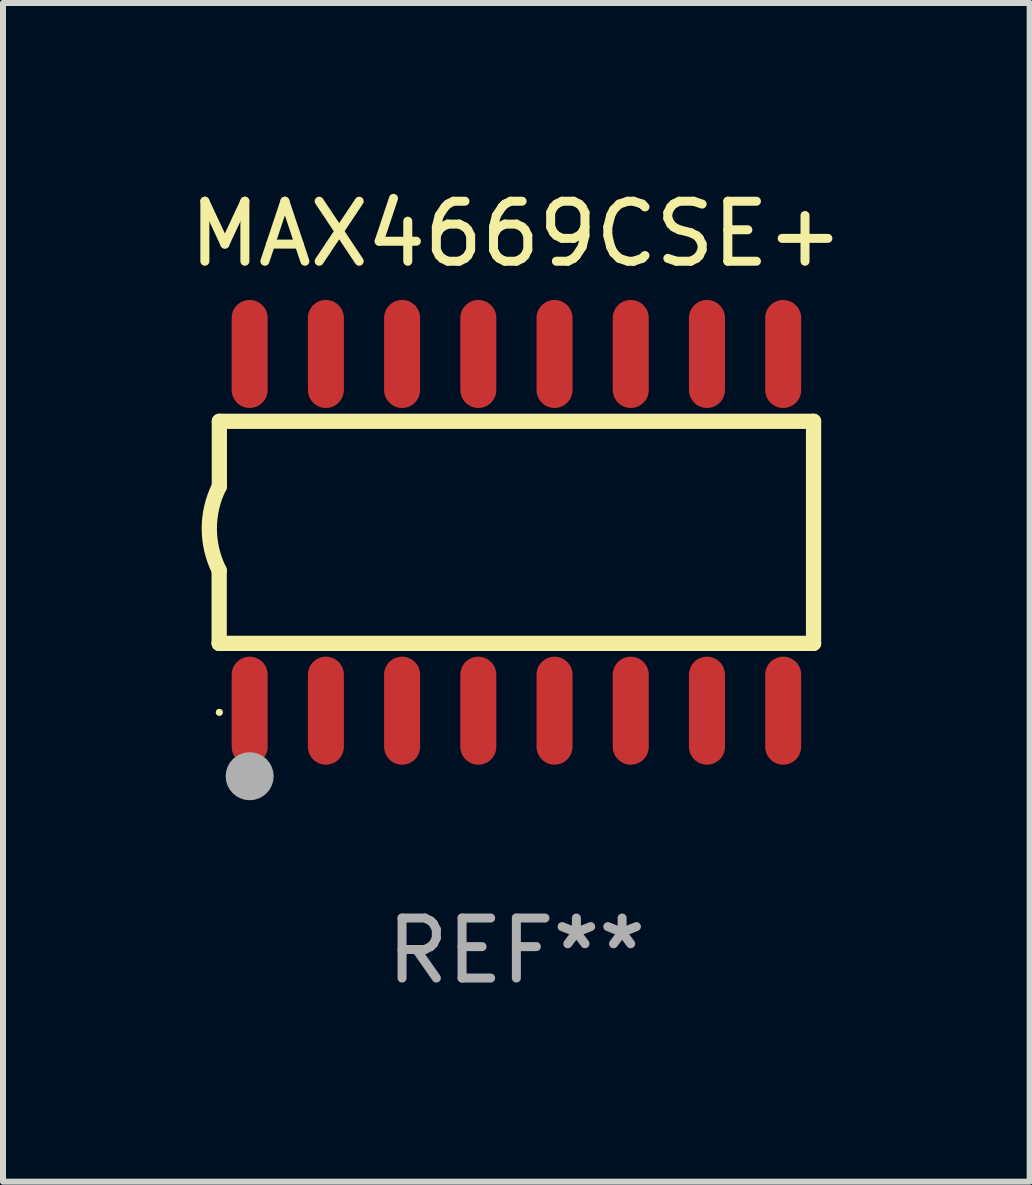
<source format=kicad_pcb>
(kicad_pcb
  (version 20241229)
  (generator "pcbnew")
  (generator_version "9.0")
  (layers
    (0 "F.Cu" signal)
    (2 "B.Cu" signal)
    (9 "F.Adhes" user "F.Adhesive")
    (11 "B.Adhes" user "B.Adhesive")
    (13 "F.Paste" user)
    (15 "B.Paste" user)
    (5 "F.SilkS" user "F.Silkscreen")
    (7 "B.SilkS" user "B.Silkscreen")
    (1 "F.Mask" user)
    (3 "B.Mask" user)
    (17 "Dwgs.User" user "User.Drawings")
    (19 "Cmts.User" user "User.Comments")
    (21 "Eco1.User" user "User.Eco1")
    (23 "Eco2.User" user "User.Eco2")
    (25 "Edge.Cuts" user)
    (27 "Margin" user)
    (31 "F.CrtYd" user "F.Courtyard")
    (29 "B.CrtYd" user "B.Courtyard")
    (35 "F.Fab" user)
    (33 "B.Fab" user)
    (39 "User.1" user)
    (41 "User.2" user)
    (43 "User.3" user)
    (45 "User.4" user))
  (footprint "MAX4669CSE+"
    (layer "F.Cu")
    (at 5.554 5.82)
    (property "Reference" "MAX4669CSE+" (at 0 -4.972 0) (layer "F.SilkS") (effects (font (size 1 1) (thickness 0.15))))
    (attr through_hole)
    (fp_line (start -4.952 0.635) (end -4.952 1.85) (stroke (width 0.254) (type solid)) (layer "F.SilkS"))
    (fp_line (start -4.952 1.85) (end -4.949 1.85) (stroke (width 0.254) (type solid)) (layer "F.SilkS"))
    (fp_line (start -4.949 -1.85) (end -4.949 -0.762) (stroke (width 0.254) (type solid)) (layer "F.SilkS"))
    (fp_line (start -4.949 1.85) (end 4.952 1.85) (stroke (width 0.254) (type solid)) (layer "F.SilkS"))
    (fp_line (start 4.952 -1.85) (end -4.949 -1.85) (stroke (width 0.254) (type solid)) (layer "F.SilkS"))
    (fp_line (start 4.952 1.85) (end 4.952 -1.85) (stroke (width 0.254) (type solid)) (layer "F.SilkS"))
    (fp_arc (start -4.951524 0.635001) (mid -5.116418 -0.0635) (end -4.951524 -0.762002) (stroke (width 0.254001) (type solid)) (layer "F.SilkS"))
    (fp_circle (center -4.949 3) (end -4.919 3) (stroke (width 0.06) (type solid)) (fill no) (layer "F.SilkS"))
    (fp_circle (center -4.444 4.064) (end -4.244 4.064) (stroke (width 0.4) (type solid)) (fill no) (layer "F.Fab"))
    (fp_text user "REF**" (at 0 6.972 0) (layer "F.Fab") (effects (font (size 1 1) (thickness 0.15))))
    (pad "1" smd oval (at -4.444 2.972 180) (size 0.6 1.8) (layers "F.Cu" "F.Mask" "F.Paste"))
    (pad "2" smd oval (at -3.174 2.972 180) (size 0.6 1.8) (layers "F.Cu" "F.Mask" "F.Paste"))
    (pad "3" smd oval (at -1.904 2.972 180) (size 0.6 1.8) (layers "F.Cu" "F.Mask" "F.Paste"))
    (pad "4" smd oval (at -0.634 2.972 180) (size 0.6 1.8) (layers "F.Cu" "F.Mask" "F.Paste"))
    (pad "5" smd oval (at 0.636 2.972 180) (size 0.6 1.8) (layers "F.Cu" "F.Mask" "F.Paste"))
    (pad "6" smd oval (at 1.906 2.972 180) (size 0.6 1.8) (layers "F.Cu" "F.Mask" "F.Paste"))
    (pad "7" smd oval (at 3.176 2.972 180) (size 0.6 1.8) (layers "F.Cu" "F.Mask" "F.Paste"))
    (pad "8" smd oval (at 4.446 2.972 180) (size 0.6 1.8) (layers "F.Cu" "F.Mask" "F.Paste"))
    (pad "9" smd oval (at 4.446 -2.972 180) (size 0.6 1.8) (layers "F.Cu" "F.Mask" "F.Paste"))
    (pad "10" smd oval (at 3.176 -2.972 180) (size 0.6 1.8) (layers "F.Cu" "F.Mask" "F.Paste"))
    (pad "11" smd oval (at 1.906 -2.972 180) (size 0.6 1.8) (layers "F.Cu" "F.Mask" "F.Paste"))
    (pad "12" smd oval (at 0.636 -2.972 180) (size 0.6 1.8) (layers "F.Cu" "F.Mask" "F.Paste"))
    (pad "13" smd oval (at -0.634 -2.972 180) (size 0.6 1.8) (layers "F.Cu" "F.Mask" "F.Paste"))
    (pad "14" smd oval (at -1.904 -2.972 180) (size 0.6 1.8) (layers "F.Cu" "F.Mask" "F.Paste"))
    (pad "15" smd oval (at -3.174 -2.972 180) (size 0.6 1.8) (layers "F.Cu" "F.Mask" "F.Paste"))
    (pad "16" smd oval (at -4.444 -2.972 180) (size 0.6 1.8) (layers "F.Cu" "F.Mask" "F.Paste")))
  (gr_rect
    (start -3 -3)
    (end 14.107 16.64)
    (stroke (width 0.1) (type default))
    (fill no)
    (layer "Edge.Cuts")))
</source>
